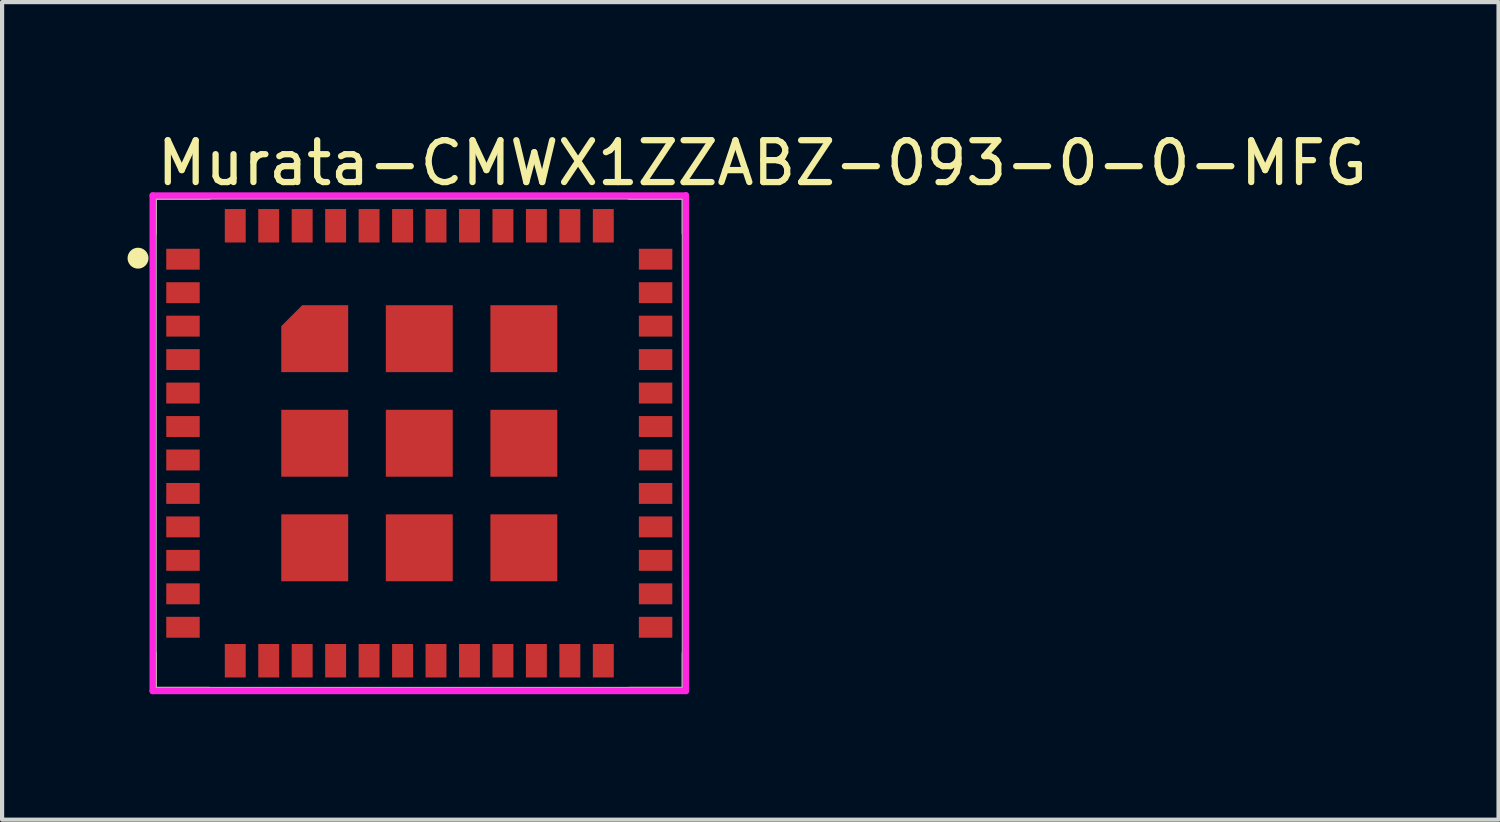
<source format=kicad_pcb>
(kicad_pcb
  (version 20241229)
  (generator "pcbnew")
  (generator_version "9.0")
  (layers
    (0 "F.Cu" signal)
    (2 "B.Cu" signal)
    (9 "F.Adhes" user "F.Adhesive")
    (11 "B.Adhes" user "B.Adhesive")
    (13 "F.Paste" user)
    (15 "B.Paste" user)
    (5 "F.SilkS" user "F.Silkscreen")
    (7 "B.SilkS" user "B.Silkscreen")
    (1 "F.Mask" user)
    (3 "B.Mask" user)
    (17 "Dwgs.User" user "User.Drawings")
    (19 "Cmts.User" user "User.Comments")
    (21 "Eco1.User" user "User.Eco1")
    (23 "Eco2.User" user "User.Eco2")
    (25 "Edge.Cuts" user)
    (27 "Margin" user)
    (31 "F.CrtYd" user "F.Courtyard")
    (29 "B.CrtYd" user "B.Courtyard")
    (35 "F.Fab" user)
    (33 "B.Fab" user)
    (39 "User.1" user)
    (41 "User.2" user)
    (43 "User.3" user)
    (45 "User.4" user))
  (footprint "Murata-CMWX1ZZABZ-093-0-0-MFG"
    (layer "F.Cu")
    (at 6.975 7.548)
    (property "Reference" "Murata-CMWX1ZZABZ-093-0-0-MFG" (at -6.35 -6.7 0) (layer "F.SilkS") (effects (font (size 1 1) (thickness 0.15)) (justify left)))
    (attr through_hole)
    (fp_line (start -6.35 -5.9) (end -5.025 -5.9) (stroke (width 0.15) (type solid)) (layer "F.SilkS"))
    (fp_line (start -6.35 -5.025) (end -6.35 -5.9) (stroke (width 0.15) (type solid)) (layer "F.SilkS"))
    (fp_line (start -6.35 5.9) (end -6.35 5.025) (stroke (width 0.15) (type solid)) (layer "F.SilkS"))
    (fp_line (start -6.35 5.9) (end -5.025 5.9) (stroke (width 0.15) (type solid)) (layer "F.SilkS"))
    (fp_line (start 5.025 -5.9) (end 6.35 -5.9) (stroke (width 0.15) (type solid)) (layer "F.SilkS"))
    (fp_line (start 5.025 5.9) (end 6.35 5.9) (stroke (width 0.15) (type solid)) (layer "F.SilkS"))
    (fp_line (start 6.35 -5.025) (end 6.35 -5.9) (stroke (width 0.15) (type solid)) (layer "F.SilkS"))
    (fp_line (start 6.35 5.9) (end 6.35 5.025) (stroke (width 0.15) (type solid)) (layer "F.SilkS"))
    (fp_circle (center -6.725 -4.425) (end -6.6 -4.425) (stroke (width 0.25) (type solid)) (fill no) (layer "F.SilkS"))
    (fp_line (start -6.375 -5.925) (end -6.375 5.925) (stroke (width 0.15) (type solid)) (layer "F.CrtYd"))
    (fp_line (start -6.375 5.925) (end 6.375 5.925) (stroke (width 0.15) (type solid)) (layer "F.CrtYd"))
    (fp_line (start 6.375 -5.925) (end -6.375 -5.925) (stroke (width 0.15) (type solid)) (layer "F.CrtYd"))
    (fp_line (start 6.375 -5.925) (end 6.375 -5.925) (stroke (width 0.15) (type solid)) (layer "F.CrtYd"))
    (fp_line (start 6.375 5.925) (end 6.375 -5.925) (stroke (width 0.15) (type solid)) (layer "F.CrtYd"))
    (fp_line (start -6.35 -5.9) (end 6.35 -5.9) (stroke (width 0.15) (type solid)) (layer "F.Fab"))
    (fp_line (start -6.35 5.9) (end -6.35 -5.9) (stroke (width 0.15) (type solid)) (layer "F.Fab"))
    (fp_line (start 6.35 -5.9) (end 6.35 5.9) (stroke (width 0.15) (type solid)) (layer "F.Fab"))
    (fp_line (start 6.35 5.9) (end -6.35 5.9) (stroke (width 0.15) (type solid)) (layer "F.Fab"))
    (pad "1" smd rect (at -5.65 -4.4) (size 0.8 0.5) (layers "F.Cu" "F.Mask" "F.Paste"))
    (pad "2" smd rect (at -5.65 -3.6) (size 0.8 0.5) (layers "F.Cu" "F.Mask" "F.Paste"))
    (pad "3" smd rect (at -5.65 -2.8) (size 0.8 0.5) (layers "F.Cu" "F.Mask" "F.Paste"))
    (pad "4" smd rect (at -5.65 -2) (size 0.8 0.5) (layers "F.Cu" "F.Mask" "F.Paste"))
    (pad "5" smd rect (at -5.65 -1.2) (size 0.8 0.5) (layers "F.Cu" "F.Mask" "F.Paste"))
    (pad "6" smd rect (at -5.65 -0.4) (size 0.8 0.5) (layers "F.Cu" "F.Mask" "F.Paste"))
    (pad "7" smd rect (at -5.65 0.4) (size 0.8 0.5) (layers "F.Cu" "F.Mask" "F.Paste"))
    (pad "8" smd rect (at -5.65 1.2) (size 0.8 0.5) (layers "F.Cu" "F.Mask" "F.Paste"))
    (pad "9" smd rect (at -5.65 2) (size 0.8 0.5) (layers "F.Cu" "F.Mask" "F.Paste"))
    (pad "10" smd rect (at -5.65 2.8) (size 0.8 0.5) (layers "F.Cu" "F.Mask" "F.Paste"))
    (pad "11" smd rect (at -5.65 3.6) (size 0.8 0.5) (layers "F.Cu" "F.Mask" "F.Paste"))
    (pad "12" smd rect (at -5.65 4.4) (size 0.8 0.5) (layers "F.Cu" "F.Mask" "F.Paste"))
    (pad "13" smd rect (at -4.4 5.2) (size 0.5 0.8) (layers "F.Cu" "F.Mask" "F.Paste"))
    (pad "14" smd rect (at -3.6 5.2) (size 0.5 0.8) (layers "F.Cu" "F.Mask" "F.Paste"))
    (pad "15" smd rect (at -2.8 5.2) (size 0.5 0.8) (layers "F.Cu" "F.Mask" "F.Paste"))
    (pad "16" smd rect (at -2 5.2) (size 0.5 0.8) (layers "F.Cu" "F.Mask" "F.Paste"))
    (pad "17" smd rect (at -1.2 5.2) (size 0.5 0.8) (layers "F.Cu" "F.Mask" "F.Paste"))
    (pad "18" smd rect (at -0.4 5.2) (size 0.5 0.8) (layers "F.Cu" "F.Mask" "F.Paste"))
    (pad "19" smd rect (at 0.4 5.2) (size 0.5 0.8) (layers "F.Cu" "F.Mask" "F.Paste"))
    (pad "20" smd rect (at 1.2 5.2) (size 0.5 0.8) (layers "F.Cu" "F.Mask" "F.Paste"))
    (pad "21" smd rect (at 2 5.2) (size 0.5 0.8) (layers "F.Cu" "F.Mask" "F.Paste"))
    (pad "22" smd rect (at 2.8 5.2) (size 0.5 0.8) (layers "F.Cu" "F.Mask" "F.Paste"))
    (pad "23" smd rect (at 3.6 5.2) (size 0.5 0.8) (layers "F.Cu" "F.Mask" "F.Paste"))
    (pad "24" smd rect (at 4.4 5.2) (size 0.5 0.8) (layers "F.Cu" "F.Mask" "F.Paste"))
    (pad "25" smd rect (at 5.65 4.4) (size 0.8 0.5) (layers "F.Cu" "F.Mask" "F.Paste"))
    (pad "26" smd rect (at 5.65 3.6) (size 0.8 0.5) (layers "F.Cu" "F.Mask" "F.Paste"))
    (pad "27" smd rect (at 5.65 2.8) (size 0.8 0.5) (layers "F.Cu" "F.Mask" "F.Paste"))
    (pad "28" smd rect (at 5.65 2) (size 0.8 0.5) (layers "F.Cu" "F.Mask" "F.Paste"))
    (pad "29" smd rect (at 5.65 1.2) (size 0.8 0.5) (layers "F.Cu" "F.Mask" "F.Paste"))
    (pad "30" smd rect (at 5.65 0.4) (size 0.8 0.5) (layers "F.Cu" "F.Mask" "F.Paste"))
    (pad "31" smd rect (at 5.65 -0.4) (size 0.8 0.5) (layers "F.Cu" "F.Mask" "F.Paste"))
    (pad "32" smd rect (at 5.65 -1.2) (size 0.8 0.5) (layers "F.Cu" "F.Mask" "F.Paste"))
    (pad "33" smd rect (at 5.65 -2) (size 0.8 0.5) (layers "F.Cu" "F.Mask" "F.Paste"))
    (pad "34" smd rect (at 5.65 -2.8) (size 0.8 0.5) (layers "F.Cu" "F.Mask" "F.Paste"))
    (pad "35" smd rect (at 5.65 -3.6) (size 0.8 0.5) (layers "F.Cu" "F.Mask" "F.Paste"))
    (pad "36" smd rect (at 5.65 -4.4) (size 0.8 0.5) (layers "F.Cu" "F.Mask" "F.Paste"))
    (pad "37" smd rect (at 4.4 -5.2) (size 0.5 0.8) (layers "F.Cu" "F.Mask" "F.Paste"))
    (pad "38" smd rect (at 3.6 -5.2) (size 0.5 0.8) (layers "F.Cu" "F.Mask" "F.Paste"))
    (pad "39" smd rect (at 2.8 -5.2) (size 0.5 0.8) (layers "F.Cu" "F.Mask" "F.Paste"))
    (pad "40" smd rect (at 2 -5.2) (size 0.5 0.8) (layers "F.Cu" "F.Mask" "F.Paste"))
    (pad "41" smd rect (at 1.2 -5.2) (size 0.5 0.8) (layers "F.Cu" "F.Mask" "F.Paste"))
    (pad "42" smd rect (at 0.4 -5.2) (size 0.5 0.8) (layers "F.Cu" "F.Mask" "F.Paste"))
    (pad "43" smd rect (at -0.4 -5.2) (size 0.5 0.8) (layers "F.Cu" "F.Mask" "F.Paste"))
    (pad "44" smd rect (at -1.2 -5.2) (size 0.5 0.8) (layers "F.Cu" "F.Mask" "F.Paste"))
    (pad "45" smd rect (at -2 -5.2) (size 0.5 0.8) (layers "F.Cu" "F.Mask" "F.Paste"))
    (pad "46" smd rect (at -2.8 -5.2) (size 0.5 0.8) (layers "F.Cu" "F.Mask" "F.Paste"))
    (pad "47" smd rect (at -3.6 -5.2) (size 0.5 0.8) (layers "F.Cu" "F.Mask" "F.Paste"))
    (pad "48" smd rect (at -4.4 -5.2) (size 0.5 0.8) (layers "F.Cu" "F.Mask" "F.Paste"))
    (pad "49" smd custom (at -2.5 -2.5) (size 1 1) (layers "F.Cu" "F.Mask" "F.Paste") (options (anchor circle)) (primitives (gr_poly (pts (xy -0.8 0.8) (xy 0.8 0.8) (xy 0.8 -0.8) (xy -0.3 -0.8) (xy -0.8 -0.3) (xy -0.8 0.8)) (width 0) (fill yes))))
    (pad "50" smd rect (at 0 -2.5) (size 1.6 1.6) (layers "F.Cu" "F.Mask" "F.Paste"))
    (pad "51" smd rect (at 2.5 -2.5) (size 1.6 1.6) (layers "F.Cu" "F.Mask" "F.Paste"))
    (pad "52" smd rect (at -2.5 0) (size 1.6 1.6) (layers "F.Cu" "F.Mask" "F.Paste"))
    (pad "53" smd rect (at 0 0) (size 1.6 1.6) (layers "F.Cu" "F.Mask" "F.Paste"))
    (pad "54" smd rect (at 2.5 0) (size 1.6 1.6) (layers "F.Cu" "F.Mask" "F.Paste"))
    (pad "55" smd rect (at -2.5 2.5) (size 1.6 1.6) (layers "F.Cu" "F.Mask" "F.Paste"))
    (pad "56" smd rect (at 0 2.5) (size 1.6 1.6) (layers "F.Cu" "F.Mask" "F.Paste"))
    (pad "57" smd rect (at 2.5 2.5) (size 1.6 1.6) (layers "F.Cu" "F.Mask" "F.Paste")))
  (gr_rect
    (start -3 -3)
    (end 32.78 16.548)
    (stroke (width 0.1) (type default))
    (fill no)
    (layer "Edge.Cuts")))
</source>
